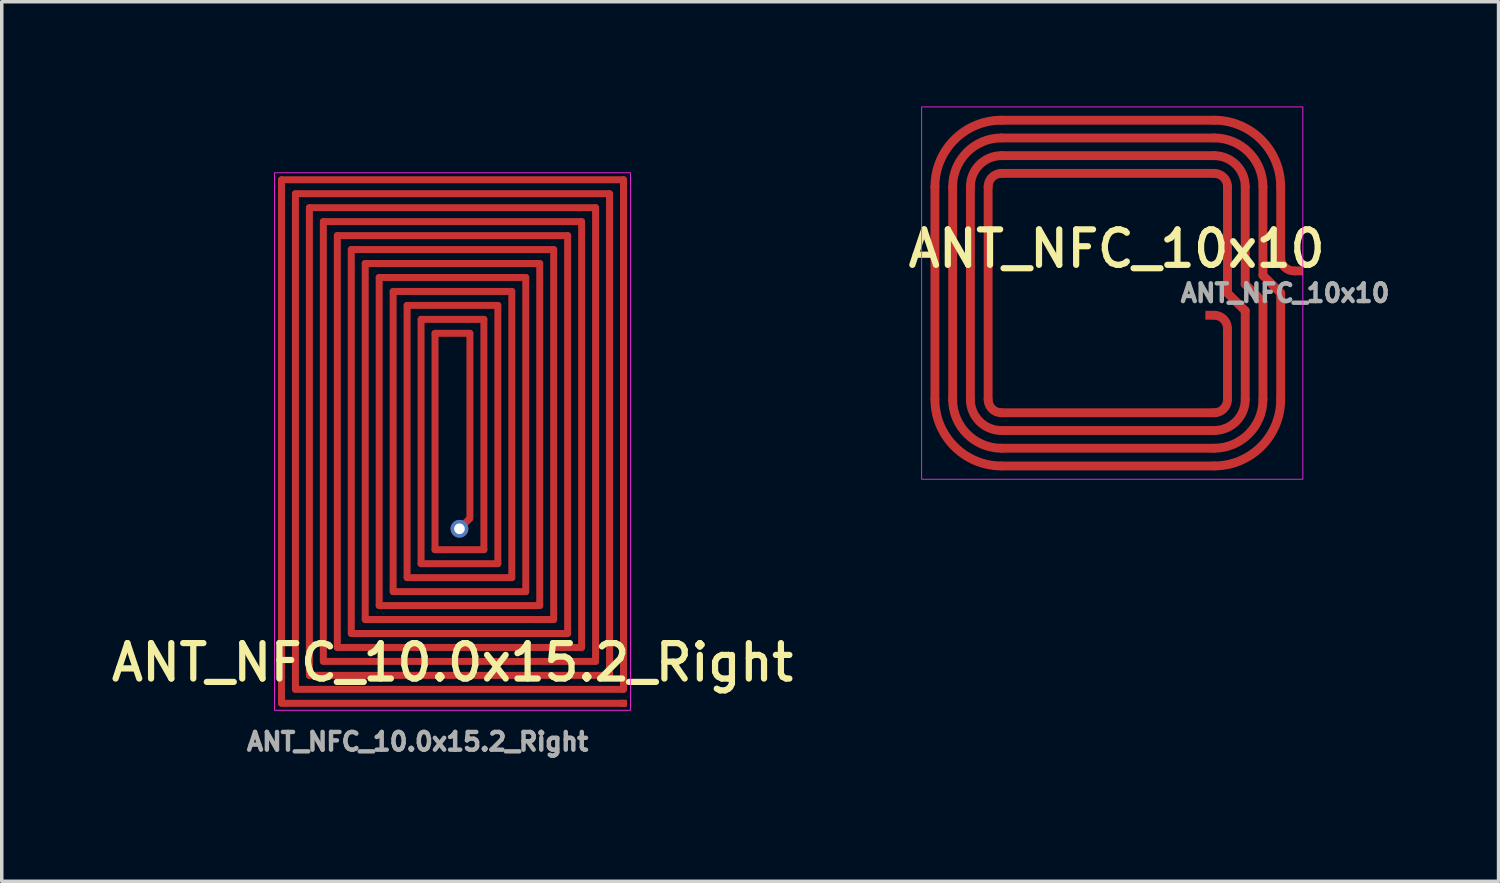
<source format=kicad_pcb>
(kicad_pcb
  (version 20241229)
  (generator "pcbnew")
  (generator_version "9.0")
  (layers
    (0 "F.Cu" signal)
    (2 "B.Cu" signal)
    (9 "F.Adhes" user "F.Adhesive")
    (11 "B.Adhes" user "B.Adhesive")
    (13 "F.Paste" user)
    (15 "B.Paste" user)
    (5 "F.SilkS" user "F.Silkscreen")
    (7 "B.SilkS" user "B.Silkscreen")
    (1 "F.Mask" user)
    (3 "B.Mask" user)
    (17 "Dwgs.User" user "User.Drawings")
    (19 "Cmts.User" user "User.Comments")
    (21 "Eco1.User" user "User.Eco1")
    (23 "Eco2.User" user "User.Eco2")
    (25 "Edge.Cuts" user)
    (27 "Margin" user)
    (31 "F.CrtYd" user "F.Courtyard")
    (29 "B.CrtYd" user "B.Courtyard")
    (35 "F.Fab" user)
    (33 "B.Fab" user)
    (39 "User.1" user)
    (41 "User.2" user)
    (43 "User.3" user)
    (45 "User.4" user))
  (footprint "ANT_NFC_10.0x15.2_Right"
    (layer "F.Cu")
    (at 4.914 17.2)
    (property "Reference" "ANT_NFC_10.0x15.2_Right" (at 5 -1.27 0) (layer "F.SilkS") (effects (font (size 1.016 1.016) (thickness 0.178))))
    (attr smd)
    (fp_rect (start -0.1 0.1) (end 10.1 -15.3) (stroke (width 0.025) (type solid)) (fill no) (layer "F.CrtYd"))
    (fp_text user "${REFERENCE}" (at 4 1 0) (layer "F.Fab") (effects (font (size 0.508 0.508) (thickness 0.127))))
    (pad "1" smd roundrect (at 0.1 -7.6) (size 0.2 15.2) (layers "F.Cu") (roundrect_rratio 0.5))
    (pad "1" smd roundrect (at 0.5 -7.6) (size 0.2 14.4) (layers "F.Cu") (roundrect_rratio 0.5))
    (pad "1" smd roundrect (at 0.9 -7.6) (size 0.2 13.6) (layers "F.Cu") (roundrect_rratio 0.5))
    (pad "1" smd roundrect (at 1.3 -7.6) (size 0.2 12.8) (layers "F.Cu") (roundrect_rratio 0.5))
    (pad "1" smd roundrect (at 1.7 -7.6) (size 0.2 12) (layers "F.Cu") (roundrect_rratio 0.5))
    (pad "1" smd roundrect (at 2.1 -7.6) (size 0.2 11.2) (layers "F.Cu") (roundrect_rratio 0.5))
    (pad "1" smd roundrect (at 2.5 -7.6) (size 0.2 10.4) (layers "F.Cu") (roundrect_rratio 0.5))
    (pad "1" smd roundrect (at 2.9 -7.6) (size 0.2 9.6) (layers "F.Cu") (roundrect_rratio 0.5))
    (pad "1" smd roundrect (at 3.3 -7.6) (size 0.2 8.8) (layers "F.Cu") (roundrect_rratio 0.5))
    (pad "1" smd roundrect (at 3.7 -7.6) (size 0.2 8) (layers "F.Cu") (roundrect_rratio 0.5))
    (pad "1" smd roundrect (at 4.1 -7.6) (size 0.2 7.2) (layers "F.Cu") (roundrect_rratio 0.5))
    (pad "1" smd roundrect (at 4.5 -7.6) (size 0.2 6.4) (layers "F.Cu") (roundrect_rratio 0.5))
    (pad "1" smd roundrect (at 5 -15.1) (size 10 0.2) (layers "F.Cu") (roundrect_rratio 0.5))
    (pad "1" smd roundrect (at 5 -14.7) (size 9.2 0.2) (layers "F.Cu") (roundrect_rratio 0.5))
    (pad "1" smd roundrect (at 5 -14.3) (size 8.4 0.2) (layers "F.Cu") (roundrect_rratio 0.5))
    (pad "1" smd roundrect (at 5 -13.9) (size 7.6 0.2) (layers "F.Cu") (roundrect_rratio 0.5))
    (pad "1" smd roundrect (at 5 -13.5) (size 6.8 0.2) (layers "F.Cu") (roundrect_rratio 0.5))
    (pad "1" smd roundrect (at 5 -13.1) (size 6 0.2) (layers "F.Cu") (roundrect_rratio 0.5))
    (pad "1" smd roundrect (at 5 -12.7) (size 5.2 0.2) (layers "F.Cu") (roundrect_rratio 0.5))
    (pad "1" smd roundrect (at 5 -12.3) (size 4.4 0.2) (layers "F.Cu") (roundrect_rratio 0.5))
    (pad "1" smd roundrect (at 5 -11.9) (size 3.6 0.2) (layers "F.Cu") (roundrect_rratio 0.5))
    (pad "1" smd roundrect (at 5 -11.5) (size 2.8 0.2) (layers "F.Cu") (roundrect_rratio 0.5))
    (pad "1" smd roundrect (at 5 -11.1) (size 2 0.2) (layers "F.Cu") (roundrect_rratio 0.5))
    (pad "1" smd roundrect (at 5 -10.7) (size 1.2 0.2) (layers "F.Cu") (roundrect_rratio 0.5))
    (pad "1" smd roundrect (at 5 -0.1) (size 10 0.2) (layers "F.Cu") (roundrect_rratio 0.5))
    (pad "1" thru_hole circle (at 5.2 -5.1) (size 0.508 0.508) (drill 0.305) (layers "*.Cu" "*.Mask"))
    (pad "1" smd roundrect (at 5.2 -4.5) (size 1.6 0.2) (layers "F.Cu") (roundrect_rratio 0.5))
    (pad "1" smd roundrect (at 5.2 -4.1) (size 2.4 0.2) (layers "F.Cu") (roundrect_rratio 0.5))
    (pad "1" smd roundrect (at 5.2 -3.7) (size 3.2 0.2) (layers "F.Cu") (roundrect_rratio 0.5))
    (pad "1" smd roundrect (at 5.2 -3.3) (size 4 0.2) (layers "F.Cu") (roundrect_rratio 0.5))
    (pad "1" smd roundrect (at 5.2 -2.9) (size 4.8 0.2) (layers "F.Cu") (roundrect_rratio 0.5))
    (pad "1" smd roundrect (at 5.2 -2.5) (size 5.6 0.2) (layers "F.Cu") (roundrect_rratio 0.5))
    (pad "1" smd roundrect (at 5.2 -2.1) (size 6.4 0.2) (layers "F.Cu") (roundrect_rratio 0.5))
    (pad "1" smd roundrect (at 5.2 -1.7) (size 7.2 0.2) (layers "F.Cu") (roundrect_rratio 0.5))
    (pad "1" smd roundrect (at 5.2 -1.3) (size 8 0.2) (layers "F.Cu") (roundrect_rratio 0.5))
    (pad "1" smd roundrect (at 5.2 -0.9) (size 8.8 0.2) (layers "F.Cu") (roundrect_rratio 0.5))
    (pad "1" smd roundrect (at 5.2 -0.5) (size 9.6 0.2) (layers "F.Cu") (roundrect_rratio 0.5))
    (pad "1" smd roundrect (at 5.35 -5.25 315) (size 0.2 0.6) (layers "F.Cu") (roundrect_rratio 0.5))
    (pad "1" smd roundrect (at 5.5 -8.05) (size 0.2 5.5) (layers "F.Cu") (roundrect_rratio 0.5))
    (pad "1" smd roundrect (at 5.9 -7.8) (size 0.2 6.8) (layers "F.Cu") (roundrect_rratio 0.5))
    (pad "1" smd roundrect (at 6.3 -7.8) (size 0.2 7.6) (layers "F.Cu") (roundrect_rratio 0.5))
    (pad "1" smd roundrect (at 6.7 -7.8) (size 0.2 8.4) (layers "F.Cu") (roundrect_rratio 0.5))
    (pad "1" smd roundrect (at 7.1 -7.8) (size 0.2 9.2) (layers "F.Cu") (roundrect_rratio 0.5))
    (pad "1" smd roundrect (at 7.5 -7.8) (size 0.2 10) (layers "F.Cu") (roundrect_rratio 0.5))
    (pad "1" smd roundrect (at 7.9 -7.8) (size 0.2 10.8) (layers "F.Cu") (roundrect_rratio 0.5))
    (pad "1" smd roundrect (at 8.3 -7.8) (size 0.2 11.6) (layers "F.Cu") (roundrect_rratio 0.5))
    (pad "1" smd roundrect (at 8.7 -7.8) (size 0.2 12.4) (layers "F.Cu") (roundrect_rratio 0.5))
    (pad "1" smd roundrect (at 9.1 -7.8) (size 0.2 13.2) (layers "F.Cu") (roundrect_rratio 0.5))
    (pad "1" smd roundrect (at 9.5 -7.8) (size 0.2 14) (layers "F.Cu") (roundrect_rratio 0.5))
    (pad "1" smd roundrect (at 9.9 -7.8) (size 0.2 14.8) (layers "F.Cu") (roundrect_rratio 0.5))
    (pad "1" smd rect (at 9.9 -0.1) (size 0.2 0.2) (layers "F.Cu"))
    (zone (net_name "") (layer "F.Cu") (hatch edge 0.508) (connect_pads) (min_thickness 0.254) (filled_areas_thickness no) (keepout (tracks allowed) (vias allowed) (pads allowed) (copperpour not_allowed) (footprints allowed)) (placement (enabled no)) (fill) (polygon (pts (xy 4.914 19.2) (xy 2.914 19.2) (xy 2.914 0) (xy 4.914 0))))
    (zone (net_name "") (layer "F.Cu") (hatch edge 0.508) (connect_pads) (min_thickness 0.254) (filled_areas_thickness no) (keepout (tracks allowed) (vias allowed) (pads allowed) (copperpour not_allowed) (footprints allowed)) (placement (enabled no)) (fill) (polygon (pts (xy 16.914 2) (xy 2.914 2) (xy 2.914 0) (xy 16.914 0))))
    (zone (net_name "") (layer "F.Cu") (hatch edge 0.508) (connect_pads) (min_thickness 0.254) (filled_areas_thickness no) (keepout (tracks allowed) (vias allowed) (pads allowed) (copperpour not_allowed) (footprints allowed)) (placement (enabled no)) (fill) (polygon (pts (xy 16.914 19.2) (xy 2.914 19.2) (xy 2.914 17.2) (xy 16.914 17.2))))
    (zone (net_name "") (layer "F.Cu") (hatch edge 0.508) (connect_pads) (min_thickness 0.254) (filled_areas_thickness no) (keepout (tracks allowed) (vias allowed) (pads allowed) (copperpour not_allowed) (footprints allowed)) (placement (enabled no)) (fill) (polygon (pts (xy 16.914 19.2) (xy 14.914 19.2) (xy 14.914 0) (xy 16.914 0)))))
  (footprint "ANT_NFC_10x10"
    (layer "F.Cu")
    (at 33.77 5.347)
    (property "Reference" "ANT_NFC_10x10" (at -4.826 -1.27 0) (layer "F.SilkS") (effects (font (size 1.016 1.016) (thickness 0.178))))
    (attr smd)
    (fp_line (start -10.033 -3.048) (end -10.033 3.048) (stroke (width 0.254) (type solid)) (layer "F.Cu"))
    (fp_line (start -9.525 -3.048) (end -9.525 3.048) (stroke (width 0.254) (type solid)) (layer "F.Cu"))
    (fp_line (start -9.017 -3.048) (end -9.017 3.048) (stroke (width 0.254) (type solid)) (layer "F.Cu"))
    (fp_line (start -8.509 -3.048) (end -8.509 3.048) (stroke (width 0.254) (type solid)) (layer "F.Cu"))
    (fp_line (start -2.032 -4.953) (end -8.128 -4.953) (stroke (width 0.254) (type solid)) (layer "F.Cu"))
    (fp_line (start -2.032 -4.445) (end -8.128 -4.445) (stroke (width 0.254) (type solid)) (layer "F.Cu"))
    (fp_line (start -2.032 -3.937) (end -8.128 -3.937) (stroke (width 0.254) (type solid)) (layer "F.Cu"))
    (fp_line (start -2.032 -3.429) (end -8.128 -3.429) (stroke (width 0.254) (type solid)) (layer "F.Cu"))
    (fp_line (start -2.032 3.429) (end -8.128 3.429) (stroke (width 0.254) (type solid)) (layer "F.Cu"))
    (fp_line (start -2.032 3.937) (end -8.128 3.937) (stroke (width 0.254) (type solid)) (layer "F.Cu"))
    (fp_line (start -2.032 4.445) (end -8.128 4.445) (stroke (width 0.254) (type solid)) (layer "F.Cu"))
    (fp_line (start -2.032 4.953) (end -8.128 4.953) (stroke (width 0.254) (type solid)) (layer "F.Cu"))
    (fp_line (start -1.651 -3.048) (end -1.651 0) (stroke (width 0.254) (type solid)) (layer "F.Cu"))
    (fp_line (start -1.651 1.016) (end -1.651 3.048) (stroke (width 0.254) (type solid)) (layer "F.Cu"))
    (fp_line (start -1.143 -3.048) (end -1.143 -0.254) (stroke (width 0.254) (type solid)) (layer "F.Cu"))
    (fp_line (start -1.143 0.508) (end -1.651 0) (stroke (width 0.254) (type solid)) (layer "F.Cu"))
    (fp_line (start -1.143 0.508) (end -1.143 3.048) (stroke (width 0.254) (type solid)) (layer "F.Cu"))
    (fp_line (start -0.635 -3.048) (end -0.635 -0.508) (stroke (width 0.254) (type solid)) (layer "F.Cu"))
    (fp_line (start -0.635 0.254) (end -1.143 -0.254) (stroke (width 0.254) (type solid)) (layer "F.Cu"))
    (fp_line (start -0.635 0.254) (end -0.635 3.048) (stroke (width 0.254) (type solid)) (layer "F.Cu"))
    (fp_line (start -0.127 -3.048) (end -0.127 -1.016) (stroke (width 0.254) (type solid)) (layer "F.Cu"))
    (fp_line (start -0.127 0) (end -0.635 -0.508) (stroke (width 0.254) (type solid)) (layer "F.Cu"))
    (fp_line (start -0.127 0) (end -0.127 3.048) (stroke (width 0.254) (type solid)) (layer "F.Cu"))
    (fp_arc (start -10.033 -3.048) (mid -9.475039 -4.395038) (end -8.128001 -4.952999) (stroke (width 0.254) (type solid)) (layer "F.Cu"))
    (fp_arc (start -9.525 -3.048) (mid -9.115829 -4.035827) (end -8.128002 -4.444998) (stroke (width 0.254) (type solid)) (layer "F.Cu"))
    (fp_arc (start -9.017 -3.048) (mid -8.756618 -3.676617) (end -8.128001 -3.936999) (stroke (width 0.254) (type solid)) (layer "F.Cu"))
    (fp_arc (start -8.509 -3.048) (mid -8.397408 -3.317407) (end -8.128001 -3.428999) (stroke (width 0.254) (type solid)) (layer "F.Cu"))
    (fp_arc (start -8.128 3.429) (mid -8.397407 3.317408) (end -8.508999 3.048001) (stroke (width 0.254) (type solid)) (layer "F.Cu"))
    (fp_arc (start -8.128 3.937) (mid -8.756617 3.676618) (end -9.016999 3.048001) (stroke (width 0.254) (type solid)) (layer "F.Cu"))
    (fp_arc (start -8.128 4.445) (mid -9.115827 4.035829) (end -9.524998 3.048002) (stroke (width 0.254) (type solid)) (layer "F.Cu"))
    (fp_arc (start -8.128 4.953) (mid -9.475036 4.395039) (end -10.032996 3.048002) (stroke (width 0.254) (type solid)) (layer "F.Cu"))
    (fp_arc (start -2.032 -4.953) (mid -0.684962 -4.395039) (end -0.127001 -3.048001) (stroke (width 0.254) (type solid)) (layer "F.Cu"))
    (fp_arc (start -2.032 -4.445) (mid -1.044173 -4.035829) (end -0.635002 -3.048002) (stroke (width 0.254) (type solid)) (layer "F.Cu"))
    (fp_arc (start -2.032 -3.937) (mid -1.403383 -3.676618) (end -1.143001 -3.048001) (stroke (width 0.254) (type solid)) (layer "F.Cu"))
    (fp_arc (start -2.032 -3.429) (mid -1.762593 -3.317408) (end -1.651001 -3.048001) (stroke (width 0.254) (type solid)) (layer "F.Cu"))
    (fp_arc (start -2.031998 0.634998) (mid -1.762591 0.746592) (end -1.651 1.016) (stroke (width 0.254) (type solid)) (layer "F.Cu"))
    (fp_arc (start -1.651 3.048) (mid -1.762592 3.317407) (end -2.031999 3.428999) (stroke (width 0.254) (type solid)) (layer "F.Cu"))
    (fp_arc (start -1.143 3.048) (mid -1.403382 3.676617) (end -2.031999 3.936999) (stroke (width 0.254) (type solid)) (layer "F.Cu"))
    (fp_arc (start -0.635 3.048) (mid -1.044171 4.035827) (end -2.031998 4.444998) (stroke (width 0.254) (type solid)) (layer "F.Cu"))
    (fp_arc (start -0.127 3.048) (mid -0.684961 4.395038) (end -2.031999 4.952999) (stroke (width 0.254) (type solid)) (layer "F.Cu"))
    (fp_arc (start 0.253998 -0.634998) (mid -0.015409 -0.746592) (end -0.127 -1.016) (stroke (width 0.254) (type solid)) (layer "F.Cu"))
    (fp_rect (start -10.414 -5.334) (end 0.508 5.334) (stroke (width 0.025) (type solid)) (fill no) (layer "F.CrtYd"))
    (fp_text user "${REFERENCE}" (at 0 0 0) (layer "F.Fab") (effects (font (size 0.508 0.508) (thickness 0.127))))
    (pad "1" smd rect (at 0.381 -0.635) (size 0.254 0.254) (layers "F.Cu"))
    (pad "2" smd rect (at -2.159 0.635) (size 0.254 0.254) (layers "F.Cu")))
  (gr_rect
    (start -3 -3)
    (end 39.885 22.2)
    (stroke (width 0.1) (type default))
    (fill no)
    (layer "Edge.Cuts")))
</source>
